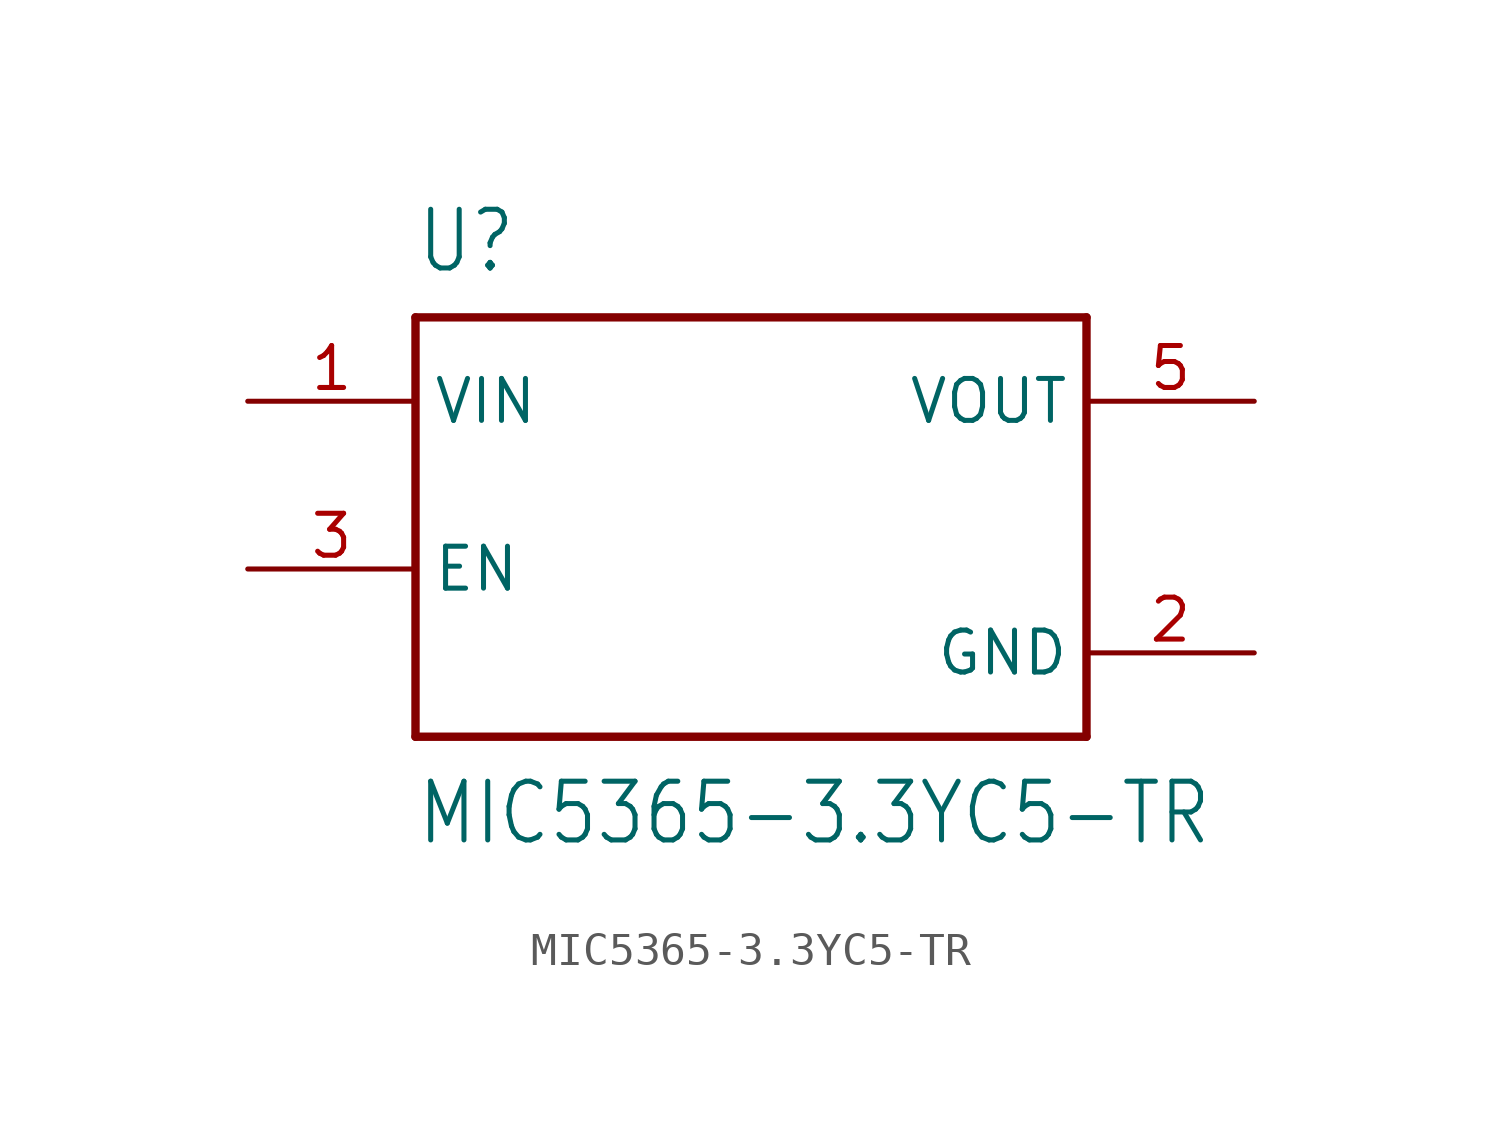
<source format=kicad_sym>
(kicad_symbol_lib
  (version 20211014)
  (generator kicad_symbol_editor)
  (symbol "MIC5365-3.3YC5-TR"
    (property "Reference" "U"
      (at -10.16 6.35 0)
      (effects (font (size 1.778 1.511)) (justify left bottom)))
    (property "Value" "MIC5365-3.3YC5-TR"
      (at -10.16 -8.89 0)
      (effects (font (size 1.778 1.511)) (justify left top)))
    (property "ki_locked" ""
      (at 0 0 0)
      (effects (font (size 1.27 1.27))))
    (symbol "MIC5365-3.3YC5-TR_1_0"
      (polyline (pts (xy -10.16 -7.62) (xy 10.16 -7.62)) (stroke (width 0.254) (type default) (color 0 0 0 0)) (fill (type none)))
      (polyline (pts (xy -10.16 5.08) (xy -10.16 -7.62)) (stroke (width 0.254) (type default) (color 0 0 0 0)) (fill (type none)))
      (polyline (pts (xy 10.16 -7.62) (xy 10.16 5.08)) (stroke (width 0.254) (type default) (color 0 0 0 0)) (fill (type none)))
      (polyline (pts (xy 10.16 5.08) (xy -10.16 5.08)) (stroke (width 0.254) (type default) (color 0 0 0 0)) (fill (type none)))
      (pin input line (at -15.24 2.54 0) (length 5.08) (name "VIN" (effects (font (size 1.27 1.27)))) (number "1" (effects (font (size 1.27 1.27)))))
      (pin power_in line (at 15.24 -5.08 180) (length 5.08) (name "GND" (effects (font (size 1.27 1.27)))) (number "2" (effects (font (size 1.27 1.27)))))
      (pin input line (at -15.24 -2.54 0) (length 5.08) (name "EN" (effects (font (size 1.27 1.27)))) (number "3" (effects (font (size 1.27 1.27)))))
      (pin output line (at 15.24 2.54 180) (length 5.08) (name "VOUT" (effects (font (size 1.27 1.27)))) (number "5" (effects (font (size 1.27 1.27))))))))
</source>
